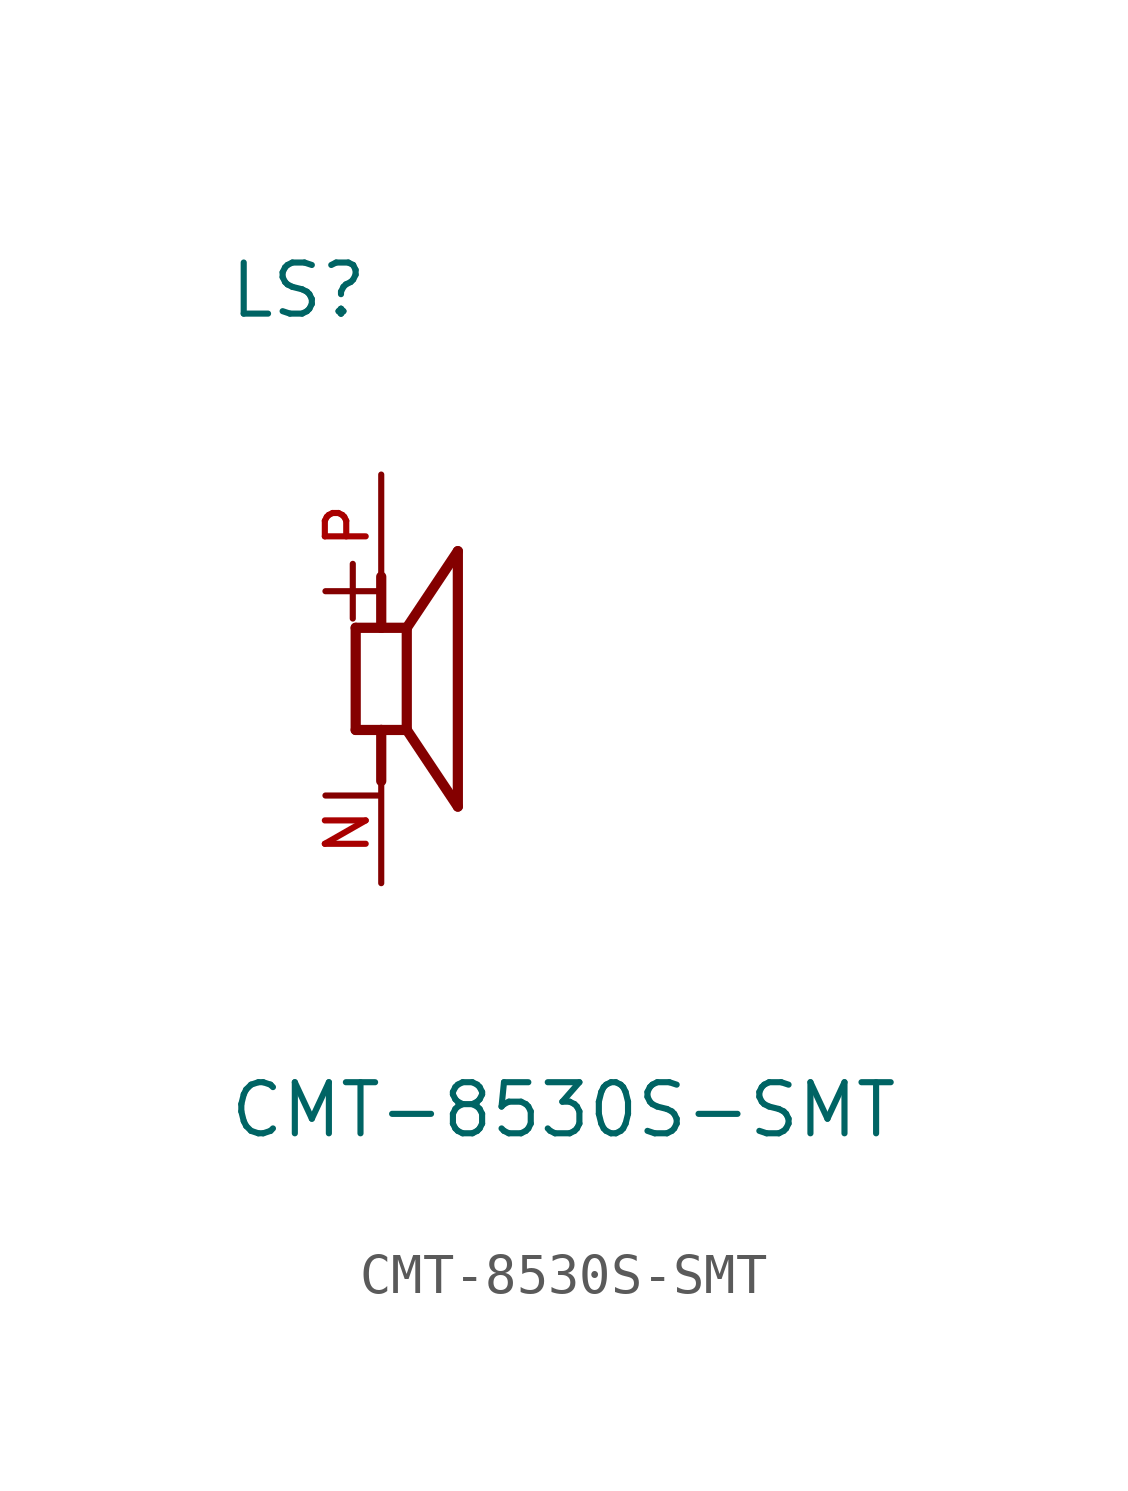
<source format=kicad_sym>
(kicad_symbol_lib
  (version 20220914)
  (generator kicad_symbol_editor)
  (symbol "CMT-8530S-SMT"
    (pin_names
      (offset 1.016))
    (property "Reference" "LS"
      (at -3.822 8.919 0)
      (effects (font (size 1.27 1.27)) (justify left bottom)))
    (property "Value" "CMT-8530S-SMT"
      (at -3.821 -11.463 0)
      (effects (font (size 1.27 1.27)) (justify left bottom)))
    (symbol "CMT-8530S-SMT_0_0"
      (polyline (pts (xy -0.635 -1.27) (xy -0.635 1.27)) (stroke (width 0.254) (type default)) (fill (type none)))
      (polyline (pts (xy -0.635 1.27) (xy 0 1.27)) (stroke (width 0.254) (type default)) (fill (type none)))
      (polyline (pts (xy 0 -1.27) (xy -0.635 -1.27)) (stroke (width 0.254) (type default)) (fill (type none)))
      (polyline (pts (xy 0 -1.27) (xy 0 -2.54)) (stroke (width 0.254) (type default)) (fill (type none)))
      (polyline (pts (xy 0 1.27) (xy 0 2.54)) (stroke (width 0.254) (type default)) (fill (type none)))
      (polyline (pts (xy 0 1.27) (xy 0.635 1.27)) (stroke (width 0.254) (type default)) (fill (type none)))
      (polyline (pts (xy 0.635 -1.27) (xy 0 -1.27)) (stroke (width 0.254) (type default)) (fill (type none)))
      (polyline (pts (xy 0.635 1.27) (xy 0.635 -1.27)) (stroke (width 0.254) (type default)) (fill (type none)))
      (polyline (pts (xy 0.635 1.27) (xy 1.905 3.175)) (stroke (width 0.254) (type default)) (fill (type none)))
      (polyline (pts (xy 1.905 -3.175) (xy 0.635 -1.27)) (stroke (width 0.254) (type default)) (fill (type none)))
      (polyline (pts (xy 1.905 3.175) (xy 1.905 -3.175)) (stroke (width 0.254) (type default)) (fill (type none)))
      (text "+" (at -1.912 1.274 0) (effects (font (size 1.784 1.784)) (justify left bottom)))
      (text "-" (at -1.912 -3.807 0) (effects (font (size 1.785 1.785)) (justify left bottom)))
      (pin passive line (at 0 -5.08 90) (length 2.54) (name "~" (effects (font (size 1.016 1.016)))) (number "N" (effects (font (size 1.016 1.016)))))
      (pin passive line (at 0 5.08 270) (length 2.54) (name "~" (effects (font (size 1.016 1.016)))) (number "P" (effects (font (size 1.016 1.016))))))))
</source>
